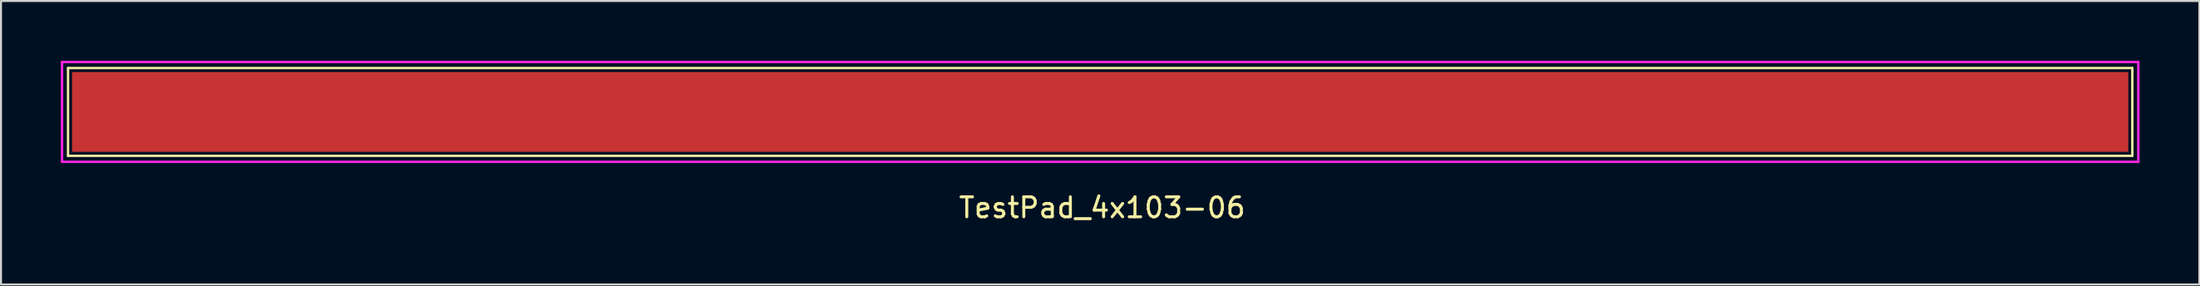
<source format=kicad_pcb>
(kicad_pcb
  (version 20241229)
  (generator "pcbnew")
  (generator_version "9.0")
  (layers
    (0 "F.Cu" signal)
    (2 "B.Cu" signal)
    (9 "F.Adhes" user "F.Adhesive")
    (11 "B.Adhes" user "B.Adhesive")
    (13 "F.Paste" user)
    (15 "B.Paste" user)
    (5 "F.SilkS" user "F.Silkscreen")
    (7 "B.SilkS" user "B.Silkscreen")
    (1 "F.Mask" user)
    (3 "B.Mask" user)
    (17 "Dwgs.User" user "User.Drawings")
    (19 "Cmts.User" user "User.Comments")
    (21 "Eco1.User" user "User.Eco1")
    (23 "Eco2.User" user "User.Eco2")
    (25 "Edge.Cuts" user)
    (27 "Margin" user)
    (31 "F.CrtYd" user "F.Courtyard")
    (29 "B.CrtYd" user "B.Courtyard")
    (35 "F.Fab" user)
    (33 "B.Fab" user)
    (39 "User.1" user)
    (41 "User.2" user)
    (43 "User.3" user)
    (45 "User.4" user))
  (footprint "TestPad_4x103-06"
    (layer "F.Cu")
    (at 52.09 2.56)
    (property "Reference" "TestPad_4x103-06" (at 0.1 4.8 0) (layer "F.SilkS") (effects (font (size 1 1) (thickness 0.15))))
    (attr through_hole)
    (fp_line (start -51.73 -2.2) (end -51.73 2.2) (stroke (width 0.12) (type solid)) (layer "F.SilkS"))
    (fp_line (start -51.73 -2.2) (end 51.73 -2.2) (stroke (width 0.12) (type solid)) (layer "F.SilkS"))
    (fp_line (start -51.73 2.2) (end 51.73 2.2) (stroke (width 0.12) (type solid)) (layer "F.SilkS"))
    (fp_line (start 51.73 -2.2) (end 51.73 2.2) (stroke (width 0.12) (type solid)) (layer "F.SilkS"))
    (fp_line (start -52.03 -2.5) (end -52.03 2.5) (stroke (width 0.12) (type solid)) (layer "F.CrtYd"))
    (fp_line (start -52.03 -2.5) (end 52.03 -2.5) (stroke (width 0.12) (type solid)) (layer "F.CrtYd"))
    (fp_line (start -52.03 2.5) (end 52.03 2.5) (stroke (width 0.12) (type solid)) (layer "F.CrtYd"))
    (fp_line (start 52.03 -2.5) (end 52.03 2.5) (stroke (width 0.12) (type solid)) (layer "F.CrtYd"))
    (pad "1" smd rect (at 0 0) (size 103.06 4) (layers "F.Cu" "F.Mask" "F.Paste")))
  (gr_rect
    (start -3 -3)
    (end 107.18 11.208)
    (stroke (width 0.1) (type default))
    (fill no)
    (layer "Edge.Cuts")))
</source>
